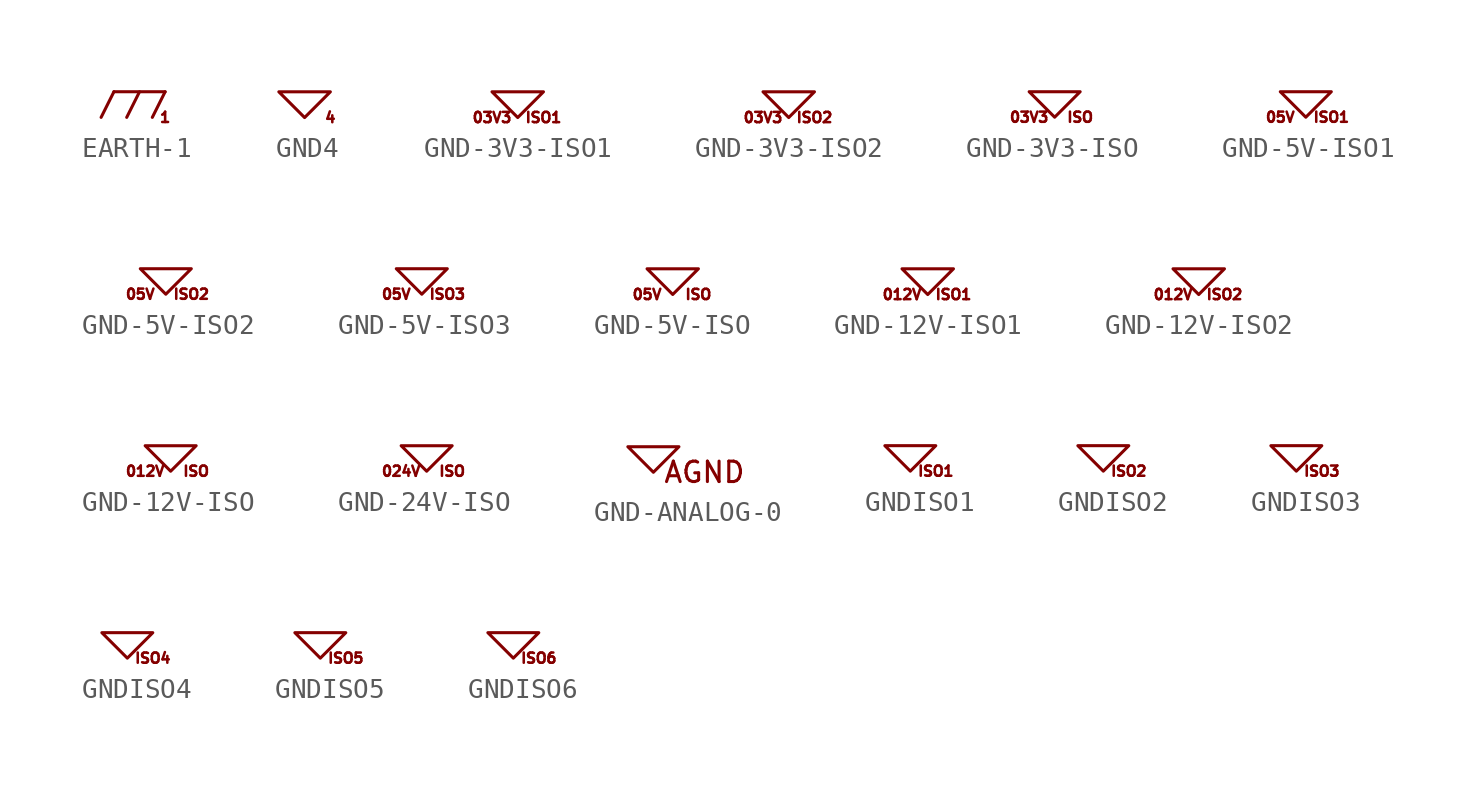
<source format=kicad_sym>
(kicad_symbol_lib
  (version 20201005)
  (generator kicad_symbol_editor)
  (symbol "EARTH-1"
    (power)
    (pin_numbers hide)
    (pin_names
      (offset 1.016) hide)
    (property "Reference" "#PWR"
      (at 0 0 0)
      (effects (font (size 0.762 0.762)) hide))
    (property "Footprint" ""
      (at 0 0 0)
      (effects (font (size 1.524 1.524))))
    (property "Datasheet" ""
      (at 0 0 0)
      (effects (font (size 1.524 1.524))))
    (symbol "EARTH-1_0_0"
      (text "1" (at 1.27 -1.27 0) (effects (font (size 0.508 0.508)))))
    (symbol "EARTH-1_0_1"
      (polyline (pts (xy -1.27 0) (xy -1.905 -1.27)) (stroke (width 0)) (fill (type none)))
      (polyline (pts (xy -1.27 0) (xy 1.27 0)) (stroke (width 0)) (fill (type none)))
      (polyline (pts (xy 0 0) (xy -0.635 -1.27)) (stroke (width 0)) (fill (type none)))
      (polyline (pts (xy 1.27 0) (xy 0.635 -1.27)) (stroke (width 0)) (fill (type none))))
    (symbol "EARTH-1_1_1"
      (pin power_in line (at 0 0 90) (length 0) hide (name "EARTH-1" (effects (font (size 0.762 0.762)))) (number "1" (effects (font (size 0.762 0.762)))))))
  (symbol "GND4"
    (power)
    (pin_numbers hide)
    (pin_names
      (offset 1.016) hide)
    (property "Reference" "#PWR"
      (at 0 0 0)
      (effects (font (size 0.762 0.762)) hide))
    (property "Footprint" ""
      (at 0 0 0)
      (effects (font (size 1.524 1.524))))
    (property "Datasheet" ""
      (at 0 0 0)
      (effects (font (size 1.524 1.524))))
    (symbol "GND4_0_0"
      (text "4" (at 1.27 -1.27 0) (effects (font (size 0.508 0.508)))))
    (symbol "GND4_0_1"
      (polyline (pts (xy -1.27 0) (xy 1.27 0) (xy 0 -1.27) (xy -1.27 0)) (stroke (width 0)) (fill (type none))))
    (symbol "GND4_1_1"
      (pin power_in line (at 0 0 90) (length 0) hide (name "GND-ISO" (effects (font (size 0.762 0.762)))) (number "1" (effects (font (size 0.762 0.762)))))))
  (symbol "GND-3V3-ISO1"
    (power)
    (pin_numbers hide)
    (pin_names
      (offset 1.016) hide)
    (property "Reference" "#PWR"
      (at 0 0 0)
      (effects (font (size 0.762 0.762)) hide))
    (property "Footprint" ""
      (at 0 0 0)
      (effects (font (size 1.524 1.524))))
    (property "Datasheet" ""
      (at 0 0 0)
      (effects (font (size 1.524 1.524))))
    (symbol "GND-3V3-ISO1_0_0"
      (text "03V3" (at -1.27 -1.27 0) (effects (font (size 0.508 0.508))))
      (text "ISO1" (at 1.27 -1.27 0) (effects (font (size 0.508 0.508)))))
    (symbol "GND-3V3-ISO1_0_1"
      (polyline (pts (xy -1.27 0) (xy 1.27 0) (xy 0 -1.27) (xy -1.27 0)) (stroke (width 0)) (fill (type none))))
    (symbol "GND-3V3-ISO1_1_1"
      (pin power_in line (at 0 0 90) (length 0) hide (name "GND-3V3-ISO1" (effects (font (size 0.762 0.762)))) (number "1" (effects (font (size 0.762 0.762)))))))
  (symbol "GND-3V3-ISO2"
    (power)
    (pin_numbers hide)
    (pin_names
      (offset 1.016) hide)
    (property "Reference" "#PWR"
      (at 0 0 0)
      (effects (font (size 0.762 0.762)) hide))
    (property "Footprint" ""
      (at 0 0 0)
      (effects (font (size 1.524 1.524))))
    (property "Datasheet" ""
      (at 0 0 0)
      (effects (font (size 1.524 1.524))))
    (symbol "GND-3V3-ISO2_0_0"
      (text "03V3" (at -1.27 -1.27 0) (effects (font (size 0.508 0.508))))
      (text "ISO2" (at 1.27 -1.27 0) (effects (font (size 0.508 0.508)))))
    (symbol "GND-3V3-ISO2_0_1"
      (polyline (pts (xy -1.27 0) (xy 1.27 0) (xy 0 -1.27) (xy -1.27 0)) (stroke (width 0)) (fill (type none))))
    (symbol "GND-3V3-ISO2_1_1"
      (pin power_in line (at 0 0 90) (length 0) hide (name "GND-3V3-ISO2" (effects (font (size 0.762 0.762)))) (number "1" (effects (font (size 0.762 0.762)))))))
  (symbol "GND-3V3-ISO"
    (power)
    (pin_numbers hide)
    (pin_names
      (offset 1.016) hide)
    (property "Reference" "#PWR"
      (at 0 0 0)
      (effects (font (size 0.762 0.762)) hide))
    (property "Footprint" ""
      (at 0 0 0)
      (effects (font (size 1.524 1.524))))
    (property "Datasheet" ""
      (at 0 0 0)
      (effects (font (size 1.524 1.524))))
    (symbol "GND-3V3-ISO_0_0"
      (text "03V3" (at -1.27 -1.27 0) (effects (font (size 0.508 0.508))))
      (text "ISO" (at 1.27 -1.27 0) (effects (font (size 0.508 0.508)))))
    (symbol "GND-3V3-ISO_0_1"
      (polyline (pts (xy -1.27 0) (xy 1.27 0) (xy 0 -1.27) (xy -1.27 0)) (stroke (width 0)) (fill (type none))))
    (symbol "GND-3V3-ISO_1_1"
      (pin power_in line (at 0 0 90) (length 0) hide (name "GND-3V3-ISO" (effects (font (size 0.762 0.762)))) (number "1" (effects (font (size 0.762 0.762)))))))
  (symbol "GND-5V-ISO1"
    (power)
    (pin_numbers hide)
    (pin_names
      (offset 1.016) hide)
    (property "Reference" "#PWR"
      (at 0 0 0)
      (effects (font (size 0.762 0.762)) hide))
    (property "Footprint" ""
      (at 0 0 0)
      (effects (font (size 1.524 1.524))))
    (property "Datasheet" ""
      (at 0 0 0)
      (effects (font (size 1.524 1.524))))
    (symbol "GND-5V-ISO1_0_0"
      (text "05V" (at -1.27 -1.27 0) (effects (font (size 0.508 0.508))))
      (text "ISO1" (at 1.27 -1.27 0) (effects (font (size 0.508 0.508)))))
    (symbol "GND-5V-ISO1_0_1"
      (polyline (pts (xy -1.27 0) (xy 1.27 0) (xy 0 -1.27) (xy -1.27 0)) (stroke (width 0)) (fill (type none))))
    (symbol "GND-5V-ISO1_1_1"
      (pin power_in line (at 0 0 90) (length 0) hide (name "GND-5V-ISO1" (effects (font (size 0.762 0.762)))) (number "1" (effects (font (size 0.762 0.762)))))))
  (symbol "GND-5V-ISO2"
    (power)
    (pin_numbers hide)
    (pin_names
      (offset 1.016) hide)
    (property "Reference" "#PWR"
      (at 0 0 0)
      (effects (font (size 0.762 0.762)) hide))
    (property "Footprint" ""
      (at 0 0 0)
      (effects (font (size 1.524 1.524))))
    (property "Datasheet" ""
      (at 0 0 0)
      (effects (font (size 1.524 1.524))))
    (symbol "GND-5V-ISO2_0_0"
      (text "05V" (at -1.27 -1.27 0) (effects (font (size 0.508 0.508))))
      (text "ISO2" (at 1.27 -1.27 0) (effects (font (size 0.508 0.508)))))
    (symbol "GND-5V-ISO2_0_1"
      (polyline (pts (xy -1.27 0) (xy 1.27 0) (xy 0 -1.27) (xy -1.27 0)) (stroke (width 0)) (fill (type none))))
    (symbol "GND-5V-ISO2_1_1"
      (pin power_in line (at 0 0 90) (length 0) hide (name "GND-5V-ISO2" (effects (font (size 0.762 0.762)))) (number "1" (effects (font (size 0.762 0.762)))))))
  (symbol "GND-5V-ISO3"
    (power)
    (pin_numbers hide)
    (pin_names
      (offset 1.016) hide)
    (property "Reference" "#PWR"
      (at 0 0 0)
      (effects (font (size 0.762 0.762)) hide))
    (property "Footprint" ""
      (at 0 0 0)
      (effects (font (size 1.524 1.524))))
    (property "Datasheet" ""
      (at 0 0 0)
      (effects (font (size 1.524 1.524))))
    (symbol "GND-5V-ISO3_0_0"
      (text "05V" (at -1.27 -1.27 0) (effects (font (size 0.508 0.508))))
      (text "ISO3" (at 1.27 -1.27 0) (effects (font (size 0.508 0.508)))))
    (symbol "GND-5V-ISO3_0_1"
      (polyline (pts (xy -1.27 0) (xy 1.27 0) (xy 0 -1.27) (xy -1.27 0)) (stroke (width 0)) (fill (type none))))
    (symbol "GND-5V-ISO3_1_1"
      (pin power_in line (at 0 0 90) (length 0) hide (name "GND-5V-ISO3" (effects (font (size 0.762 0.762)))) (number "1" (effects (font (size 0.762 0.762)))))))
  (symbol "GND-5V-ISO"
    (power)
    (pin_numbers hide)
    (pin_names
      (offset 1.016) hide)
    (property "Reference" "#PWR"
      (at 0 0 0)
      (effects (font (size 0.762 0.762)) hide))
    (property "Footprint" ""
      (at 0 0 0)
      (effects (font (size 1.524 1.524))))
    (property "Datasheet" ""
      (at 0 0 0)
      (effects (font (size 1.524 1.524))))
    (symbol "GND-5V-ISO_0_0"
      (text "05V" (at -1.27 -1.27 0) (effects (font (size 0.508 0.508))))
      (text "ISO" (at 1.27 -1.27 0) (effects (font (size 0.508 0.508)))))
    (symbol "GND-5V-ISO_0_1"
      (polyline (pts (xy -1.27 0) (xy 1.27 0) (xy 0 -1.27) (xy -1.27 0)) (stroke (width 0)) (fill (type none))))
    (symbol "GND-5V-ISO_1_1"
      (pin power_in line (at 0 0 90) (length 0) hide (name "GND-5V-ISO" (effects (font (size 0.762 0.762)))) (number "1" (effects (font (size 0.762 0.762)))))))
  (symbol "GND-12V-ISO1"
    (power)
    (pin_numbers hide)
    (pin_names
      (offset 1.016) hide)
    (property "Reference" "#PWR"
      (at 0 0 0)
      (effects (font (size 0.762 0.762)) hide))
    (property "Footprint" ""
      (at 0 0 0)
      (effects (font (size 1.524 1.524))))
    (property "Datasheet" ""
      (at 0 0 0)
      (effects (font (size 1.524 1.524))))
    (symbol "GND-12V-ISO1_0_0"
      (text "012V" (at -1.27 -1.27 0) (effects (font (size 0.508 0.508))))
      (text "ISO1" (at 1.27 -1.27 0) (effects (font (size 0.508 0.508)))))
    (symbol "GND-12V-ISO1_0_1"
      (polyline (pts (xy -1.27 0) (xy 1.27 0) (xy 0 -1.27) (xy -1.27 0)) (stroke (width 0)) (fill (type none))))
    (symbol "GND-12V-ISO1_1_1"
      (pin power_in line (at 0 0 90) (length 0) hide (name "GND-12V-ISO1" (effects (font (size 0.762 0.762)))) (number "1" (effects (font (size 0.762 0.762)))))))
  (symbol "GND-12V-ISO2"
    (power)
    (pin_numbers hide)
    (pin_names
      (offset 1.016) hide)
    (property "Reference" "#PWR"
      (at 0 0 0)
      (effects (font (size 0.762 0.762)) hide))
    (property "Footprint" ""
      (at 0 0 0)
      (effects (font (size 1.524 1.524))))
    (property "Datasheet" ""
      (at 0 0 0)
      (effects (font (size 1.524 1.524))))
    (symbol "GND-12V-ISO2_0_0"
      (text "012V" (at -1.27 -1.27 0) (effects (font (size 0.508 0.508))))
      (text "ISO2" (at 1.27 -1.27 0) (effects (font (size 0.508 0.508)))))
    (symbol "GND-12V-ISO2_0_1"
      (polyline (pts (xy -1.27 0) (xy 1.27 0) (xy 0 -1.27) (xy -1.27 0)) (stroke (width 0)) (fill (type none))))
    (symbol "GND-12V-ISO2_1_1"
      (pin power_in line (at 0 0 90) (length 0) hide (name "GND-12V-ISO2" (effects (font (size 0.762 0.762)))) (number "1" (effects (font (size 0.762 0.762)))))))
  (symbol "GND-12V-ISO"
    (power)
    (pin_numbers hide)
    (pin_names
      (offset 1.016) hide)
    (property "Reference" "#PWR"
      (at 0 0 0)
      (effects (font (size 0.762 0.762)) hide))
    (property "Footprint" ""
      (at 0 0 0)
      (effects (font (size 1.524 1.524))))
    (property "Datasheet" ""
      (at 0 0 0)
      (effects (font (size 1.524 1.524))))
    (symbol "GND-12V-ISO_0_0"
      (text "012V" (at -1.27 -1.27 0) (effects (font (size 0.508 0.508))))
      (text "ISO" (at 1.27 -1.27 0) (effects (font (size 0.508 0.508)))))
    (symbol "GND-12V-ISO_0_1"
      (polyline (pts (xy -1.27 0) (xy 1.27 0) (xy 0 -1.27) (xy -1.27 0)) (stroke (width 0)) (fill (type none))))
    (symbol "GND-12V-ISO_1_1"
      (pin power_in line (at 0 0 90) (length 0) hide (name "GND-12V-ISO" (effects (font (size 0.762 0.762)))) (number "1" (effects (font (size 0.762 0.762)))))))
  (symbol "GND-24V-ISO"
    (power)
    (pin_numbers hide)
    (pin_names
      (offset 1.016) hide)
    (property "Reference" "#PWR"
      (at 0 0 0)
      (effects (font (size 0.762 0.762)) hide))
    (property "Footprint" ""
      (at 0 0 0)
      (effects (font (size 1.524 1.524))))
    (property "Datasheet" ""
      (at 0 0 0)
      (effects (font (size 1.524 1.524))))
    (symbol "GND-24V-ISO_0_0"
      (text "024V" (at -1.27 -1.27 0) (effects (font (size 0.508 0.508))))
      (text "ISO" (at 1.27 -1.27 0) (effects (font (size 0.508 0.508)))))
    (symbol "GND-24V-ISO_0_1"
      (polyline (pts (xy -1.27 0) (xy 1.27 0) (xy 0 -1.27) (xy -1.27 0)) (stroke (width 0)) (fill (type none))))
    (symbol "GND-24V-ISO_1_1"
      (pin power_in line (at 0 0 90) (length 0) hide (name "GND-12V-ISO" (effects (font (size 0.762 0.762)))) (number "1" (effects (font (size 0.762 0.762)))))))
  (symbol "GND-ANALOG-0"
    (power)
    (pin_numbers hide)
    (pin_names
      (offset 1.016) hide)
    (property "Reference" "#PWR"
      (at 0 0 0)
      (effects (font (size 0.762 0.762)) hide))
    (property "Footprint" ""
      (at 0 0 0)
      (effects (font (size 1.524 1.524))))
    (property "Datasheet" ""
      (at 0 0 0)
      (effects (font (size 1.524 1.524))))
    (symbol "GND-ANALOG-0_0_0"
      (text "AGND" (at 2.54 -1.27 0) (effects (font (size 1.016 1.016)))))
    (symbol "GND-ANALOG-0_0_1"
      (polyline (pts (xy -1.27 0) (xy 1.27 0) (xy 0 -1.27) (xy -1.27 0)) (stroke (width 0)) (fill (type none))))
    (symbol "GND-ANALOG-0_1_1"
      (pin power_in line (at 0 0 90) (length 0) hide (name "GND-ANALOG-0" (effects (font (size 0.762 0.762)))) (number "1" (effects (font (size 0.762 0.762)))))))
  (symbol "GNDISO1"
    (power)
    (pin_numbers hide)
    (pin_names
      (offset 1.016) hide)
    (property "Reference" "#PWR"
      (at 0 0 0)
      (effects (font (size 0.762 0.762)) hide))
    (property "Footprint" ""
      (at 0 0 0)
      (effects (font (size 1.524 1.524))))
    (property "Datasheet" ""
      (at 0 0 0)
      (effects (font (size 1.524 1.524))))
    (symbol "GNDISO1_0_0"
      (text "ISO1" (at 1.27 -1.27 0) (effects (font (size 0.508 0.508)))))
    (symbol "GNDISO1_0_1"
      (polyline (pts (xy -1.27 0) (xy 1.27 0) (xy 0 -1.27) (xy -1.27 0)) (stroke (width 0)) (fill (type none))))
    (symbol "GNDISO1_1_1"
      (pin power_in line (at 0 0 90) (length 0) hide (name "GND-ISO1" (effects (font (size 0.762 0.762)))) (number "1" (effects (font (size 0.762 0.762)))))))
  (symbol "GNDISO2"
    (power)
    (pin_numbers hide)
    (pin_names
      (offset 1.016) hide)
    (property "Reference" "#PWR"
      (at 0 0 0)
      (effects (font (size 0.762 0.762)) hide))
    (property "Footprint" ""
      (at 0 0 0)
      (effects (font (size 1.524 1.524))))
    (property "Datasheet" ""
      (at 0 0 0)
      (effects (font (size 1.524 1.524))))
    (symbol "GNDISO2_0_0"
      (text "ISO2" (at 1.27 -1.27 0) (effects (font (size 0.508 0.508)))))
    (symbol "GNDISO2_0_1"
      (polyline (pts (xy -1.27 0) (xy 1.27 0) (xy 0 -1.27) (xy -1.27 0)) (stroke (width 0)) (fill (type none))))
    (symbol "GNDISO2_1_1"
      (pin power_in line (at 0 0 90) (length 0) hide (name "GND-ISO2" (effects (font (size 0.762 0.762)))) (number "1" (effects (font (size 0.762 0.762)))))))
  (symbol "GNDISO3"
    (power)
    (pin_numbers hide)
    (pin_names
      (offset 1.016) hide)
    (property "Reference" "#PWR"
      (at 0 0 0)
      (effects (font (size 0.762 0.762)) hide))
    (property "Footprint" ""
      (at 0 0 0)
      (effects (font (size 1.524 1.524))))
    (property "Datasheet" ""
      (at 0 0 0)
      (effects (font (size 1.524 1.524))))
    (symbol "GNDISO3_0_0"
      (text "ISO3" (at 1.27 -1.27 0) (effects (font (size 0.508 0.508)))))
    (symbol "GNDISO3_0_1"
      (polyline (pts (xy -1.27 0) (xy 1.27 0) (xy 0 -1.27) (xy -1.27 0)) (stroke (width 0)) (fill (type none))))
    (symbol "GNDISO3_1_1"
      (pin power_in line (at 0 0 90) (length 0) hide (name "GND-ISO3" (effects (font (size 0.762 0.762)))) (number "1" (effects (font (size 0.762 0.762)))))))
  (symbol "GNDISO4"
    (power)
    (pin_numbers hide)
    (pin_names
      (offset 1.016) hide)
    (property "Reference" "#PWR"
      (at 0 0 0)
      (effects (font (size 0.762 0.762)) hide))
    (property "Footprint" ""
      (at 0 0 0)
      (effects (font (size 1.524 1.524))))
    (property "Datasheet" ""
      (at 0 0 0)
      (effects (font (size 1.524 1.524))))
    (symbol "GNDISO4_0_0"
      (text "ISO4" (at 1.27 -1.27 0) (effects (font (size 0.508 0.508)))))
    (symbol "GNDISO4_0_1"
      (polyline (pts (xy -1.27 0) (xy 1.27 0) (xy 0 -1.27) (xy -1.27 0)) (stroke (width 0)) (fill (type none))))
    (symbol "GNDISO4_1_1"
      (pin power_in line (at 0 0 90) (length 0) hide (name "GND-ISO4" (effects (font (size 0.762 0.762)))) (number "1" (effects (font (size 0.762 0.762)))))))
  (symbol "GNDISO5"
    (power)
    (pin_numbers hide)
    (pin_names
      (offset 1.016) hide)
    (property "Reference" "#PWR"
      (at 0 0 0)
      (effects (font (size 0.762 0.762)) hide))
    (property "Footprint" ""
      (at 0 0 0)
      (effects (font (size 1.524 1.524))))
    (property "Datasheet" ""
      (at 0 0 0)
      (effects (font (size 1.524 1.524))))
    (symbol "GNDISO5_0_0"
      (text "ISO5" (at 1.27 -1.27 0) (effects (font (size 0.508 0.508)))))
    (symbol "GNDISO5_0_1"
      (polyline (pts (xy -1.27 0) (xy 1.27 0) (xy 0 -1.27) (xy -1.27 0)) (stroke (width 0)) (fill (type none))))
    (symbol "GNDISO5_1_1"
      (pin power_in line (at 0 0 90) (length 0) hide (name "GND-ISO5" (effects (font (size 0.762 0.762)))) (number "1" (effects (font (size 0.762 0.762)))))))
  (symbol "GNDISO6"
    (power)
    (pin_numbers hide)
    (pin_names
      (offset 1.016) hide)
    (property "Reference" "#PWR"
      (at 0 0 0)
      (effects (font (size 0.762 0.762)) hide))
    (property "Footprint" ""
      (at 0 0 0)
      (effects (font (size 1.524 1.524))))
    (property "Datasheet" ""
      (at 0 0 0)
      (effects (font (size 1.524 1.524))))
    (symbol "GNDISO6_0_0"
      (text "ISO6" (at 1.27 -1.27 0) (effects (font (size 0.508 0.508)))))
    (symbol "GNDISO6_0_1"
      (polyline (pts (xy -1.27 0) (xy 1.27 0) (xy 0 -1.27) (xy -1.27 0)) (stroke (width 0)) (fill (type none))))
    (symbol "GNDISO6_1_1"
      (pin power_in line (at 0 0 90) (length 0) hide (name "GND-ISO6" (effects (font (size 0.762 0.762)))) (number "1" (effects (font (size 0.762 0.762))))))))
</source>
